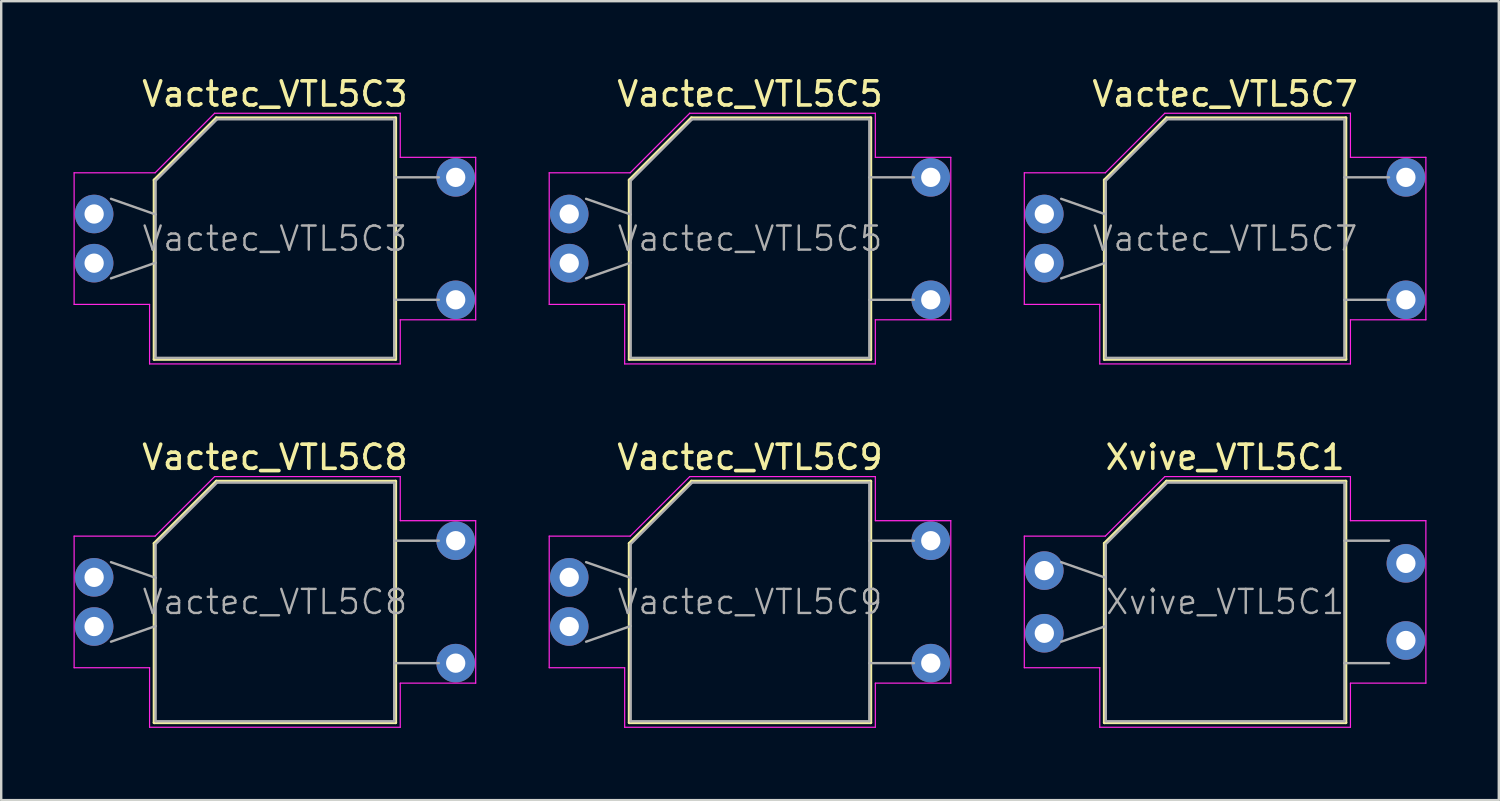
<source format=kicad_pcb>
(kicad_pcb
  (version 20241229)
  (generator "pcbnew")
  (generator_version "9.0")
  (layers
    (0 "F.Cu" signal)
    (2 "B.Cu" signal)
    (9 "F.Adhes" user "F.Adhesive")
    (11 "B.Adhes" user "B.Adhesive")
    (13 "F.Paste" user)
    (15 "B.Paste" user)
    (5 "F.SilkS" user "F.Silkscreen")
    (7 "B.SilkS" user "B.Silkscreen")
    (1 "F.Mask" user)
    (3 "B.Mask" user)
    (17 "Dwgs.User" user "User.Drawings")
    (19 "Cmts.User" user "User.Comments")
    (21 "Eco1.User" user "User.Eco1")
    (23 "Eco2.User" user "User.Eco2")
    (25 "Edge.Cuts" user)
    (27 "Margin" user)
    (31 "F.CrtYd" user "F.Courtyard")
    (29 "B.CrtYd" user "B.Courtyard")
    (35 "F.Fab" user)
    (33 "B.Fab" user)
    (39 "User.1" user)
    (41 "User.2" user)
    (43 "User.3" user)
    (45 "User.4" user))
  (footprint "Vactec_VTL5C7"
    (layer "F.Cu")
    (at 47.775 6.848)
    (property "Reference" "Vactec_VTL5C7" (at 0 -6 0) (layer "F.SilkS") (effects (font (size 1 1) (thickness 0.15))))
    (attr through_hole)
    (fp_line (start -5.01 -2.43) (end -5.01 5.01) (stroke (width 0.12) (type solid)) (layer "F.SilkS"))
    (fp_line (start -5.01 5.01) (end 5.01 5.01) (stroke (width 0.12) (type solid)) (layer "F.SilkS"))
    (fp_line (start -2.43 -5.01) (end -5.01 -2.43) (stroke (width 0.12) (type solid)) (layer "F.SilkS"))
    (fp_line (start 5.01 -5.01) (end -2.43 -5.01) (stroke (width 0.12) (type solid)) (layer "F.SilkS"))
    (fp_line (start 5.01 5.01) (end 5.01 -5.01) (stroke (width 0.12) (type solid)) (layer "F.SilkS"))
    (fp_line (start -8.33 2.73) (end -8.33 -2.73) (stroke (width 0.05) (type solid)) (layer "F.CrtYd"))
    (fp_line (start -5.2 2.73) (end -8.33 2.73) (stroke (width 0.05) (type solid)) (layer "F.CrtYd"))
    (fp_line (start -5.2 5.2) (end -5.2 2.73) (stroke (width 0.05) (type solid)) (layer "F.CrtYd"))
    (fp_line (start -4.97 -2.73) (end -8.33 -2.73) (stroke (width 0.05) (type solid)) (layer "F.CrtYd"))
    (fp_line (start -4.97 -2.73) (end -2.5 -5.2) (stroke (width 0.05) (type solid)) (layer "F.CrtYd"))
    (fp_line (start -2.5 -5.2) (end 5.2 -5.2) (stroke (width 0.05) (type solid)) (layer "F.CrtYd"))
    (fp_line (start 5.2 -5.2) (end 5.2 -3.37) (stroke (width 0.05) (type solid)) (layer "F.CrtYd"))
    (fp_line (start 5.2 3.37) (end 5.2 5.2) (stroke (width 0.05) (type solid)) (layer "F.CrtYd"))
    (fp_line (start 5.2 5.2) (end -5.2 5.2) (stroke (width 0.05) (type solid)) (layer "F.CrtYd"))
    (fp_line (start 8.33 -3.37) (end 5.2 -3.37) (stroke (width 0.05) (type solid)) (layer "F.CrtYd"))
    (fp_line (start 8.33 3.37) (end 5.2 3.37) (stroke (width 0.05) (type solid)) (layer "F.CrtYd"))
    (fp_line (start 8.33 3.37) (end 8.33 -3.37) (stroke (width 0.05) (type solid)) (layer "F.CrtYd"))
    (fp_line (start -6.8 -1.65) (end -4.95 -1) (stroke (width 0.1) (type solid)) (layer "F.Fab"))
    (fp_line (start -6.8 1.65) (end -4.95 1) (stroke (width 0.1) (type solid)) (layer "F.Fab"))
    (fp_line (start -4.95 4.95) (end -4.95 -2.4) (stroke (width 0.1) (type solid)) (layer "F.Fab"))
    (fp_line (start -2.4 -4.95) (end -4.95 -2.4) (stroke (width 0.1) (type solid)) (layer "F.Fab"))
    (fp_line (start -2.4 -4.95) (end 4.95 -4.95) (stroke (width 0.1) (type solid)) (layer "F.Fab"))
    (fp_line (start 4.95 -4.95) (end 4.95 4.95) (stroke (width 0.1) (type solid)) (layer "F.Fab"))
    (fp_line (start 4.95 4.95) (end -4.95 4.95) (stroke (width 0.1) (type solid)) (layer "F.Fab"))
    (fp_line (start 6.8 -2.54) (end 4.95 -2.54) (stroke (width 0.1) (type solid)) (layer "F.Fab"))
    (fp_line (start 6.8 2.54) (end 4.95 2.54) (stroke (width 0.1) (type solid)) (layer "F.Fab"))
    (fp_text user "${REFERENCE}" (at 0 0 0) (layer "F.Fab") (effects (font (size 1 1) (thickness 0.1))))
    (pad "1" thru_hole circle (at -7.5 -1.02) (size 1.6 1.6) (drill 0.8) (layers "*.Cu" "*.Mask"))
    (pad "2" thru_hole circle (at -7.5 1.02) (size 1.6 1.6) (drill 0.8) (layers "*.Cu" "*.Mask"))
    (pad "3" thru_hole circle (at 7.5 -2.54) (size 1.6 1.6) (drill 0.8) (layers "*.Cu" "*.Mask"))
    (pad "4" thru_hole circle (at 7.5 2.54) (size 1.6 1.6) (drill 0.8) (layers "*.Cu" "*.Mask")))
  (footprint "Xvive_VTL5C1"
    (layer "F.Cu")
    (at 47.775 21.922)
    (property "Reference" "Xvive_VTL5C1" (at 0 -6 0) (layer "F.SilkS") (effects (font (size 1 1) (thickness 0.15))))
    (attr through_hole)
    (fp_line (start -5.01 -2.43) (end -5.01 5.01) (stroke (width 0.12) (type solid)) (layer "F.SilkS"))
    (fp_line (start -5.01 5.01) (end 5.01 5.01) (stroke (width 0.12) (type solid)) (layer "F.SilkS"))
    (fp_line (start -2.43 -5.01) (end -5.01 -2.43) (stroke (width 0.12) (type solid)) (layer "F.SilkS"))
    (fp_line (start 5.01 -5.01) (end -2.43 -5.01) (stroke (width 0.12) (type solid)) (layer "F.SilkS"))
    (fp_line (start 5.01 5.01) (end 5.01 -5.01) (stroke (width 0.12) (type solid)) (layer "F.SilkS"))
    (fp_line (start -8.33 2.73) (end -8.33 -2.73) (stroke (width 0.05) (type solid)) (layer "F.CrtYd"))
    (fp_line (start -5.2 2.73) (end -8.33 2.73) (stroke (width 0.05) (type solid)) (layer "F.CrtYd"))
    (fp_line (start -5.2 5.2) (end -5.2 2.73) (stroke (width 0.05) (type solid)) (layer "F.CrtYd"))
    (fp_line (start -4.97 -2.73) (end -8.33 -2.73) (stroke (width 0.05) (type solid)) (layer "F.CrtYd"))
    (fp_line (start -4.97 -2.73) (end -2.5 -5.2) (stroke (width 0.05) (type solid)) (layer "F.CrtYd"))
    (fp_line (start -2.5 -5.2) (end 5.2 -5.2) (stroke (width 0.05) (type solid)) (layer "F.CrtYd"))
    (fp_line (start 5.2 -5.2) (end 5.2 -3.37) (stroke (width 0.05) (type solid)) (layer "F.CrtYd"))
    (fp_line (start 5.2 3.37) (end 5.2 5.2) (stroke (width 0.05) (type solid)) (layer "F.CrtYd"))
    (fp_line (start 5.2 5.2) (end -5.2 5.2) (stroke (width 0.05) (type solid)) (layer "F.CrtYd"))
    (fp_line (start 8.33 -3.37) (end 5.2 -3.37) (stroke (width 0.05) (type solid)) (layer "F.CrtYd"))
    (fp_line (start 8.33 3.37) (end 5.2 3.37) (stroke (width 0.05) (type solid)) (layer "F.CrtYd"))
    (fp_line (start 8.33 3.37) (end 8.33 -3.37) (stroke (width 0.05) (type solid)) (layer "F.CrtYd"))
    (fp_line (start -6.8 -1.65) (end -4.95 -1) (stroke (width 0.1) (type solid)) (layer "F.Fab"))
    (fp_line (start -6.8 1.65) (end -4.95 1) (stroke (width 0.1) (type solid)) (layer "F.Fab"))
    (fp_line (start -4.95 4.95) (end -4.95 -2.4) (stroke (width 0.1) (type solid)) (layer "F.Fab"))
    (fp_line (start -2.4 -4.95) (end -4.95 -2.4) (stroke (width 0.1) (type solid)) (layer "F.Fab"))
    (fp_line (start -2.4 -4.95) (end 4.95 -4.95) (stroke (width 0.1) (type solid)) (layer "F.Fab"))
    (fp_line (start 4.95 -4.95) (end 4.95 4.95) (stroke (width 0.1) (type solid)) (layer "F.Fab"))
    (fp_line (start 4.95 4.95) (end -4.95 4.95) (stroke (width 0.1) (type solid)) (layer "F.Fab"))
    (fp_line (start 6.8 -2.54) (end 4.95 -2.54) (stroke (width 0.1) (type solid)) (layer "F.Fab"))
    (fp_line (start 6.8 2.54) (end 4.95 2.54) (stroke (width 0.1) (type solid)) (layer "F.Fab"))
    (fp_text user "${REFERENCE}" (at 0 0 0) (layer "F.Fab") (effects (font (size 1 1) (thickness 0.1))))
    (pad "1" thru_hole circle (at -7.5 -1.3) (size 1.6 1.6) (drill 0.8) (layers "*.Cu" "*.Mask"))
    (pad "2" thru_hole circle (at -7.5 1.3) (size 1.6 1.6) (drill 0.8) (layers "*.Cu" "*.Mask"))
    (pad "3" thru_hole circle (at 7.5 -1.6) (size 1.6 1.6) (drill 0.8) (layers "*.Cu" "*.Mask"))
    (pad "4" thru_hole circle (at 7.5 1.6) (size 1.6 1.6) (drill 0.8) (layers "*.Cu" "*.Mask")))
  (footprint "Vactec_VTL5C8"
    (layer "F.Cu")
    (at 8.355 21.922)
    (property "Reference" "Vactec_VTL5C8" (at 0 -6 0) (layer "F.SilkS") (effects (font (size 1 1) (thickness 0.15))))
    (attr through_hole)
    (fp_line (start -5.01 -2.43) (end -5.01 5.01) (stroke (width 0.12) (type solid)) (layer "F.SilkS"))
    (fp_line (start -5.01 5.01) (end 5.01 5.01) (stroke (width 0.12) (type solid)) (layer "F.SilkS"))
    (fp_line (start -2.43 -5.01) (end -5.01 -2.43) (stroke (width 0.12) (type solid)) (layer "F.SilkS"))
    (fp_line (start 5.01 -5.01) (end -2.43 -5.01) (stroke (width 0.12) (type solid)) (layer "F.SilkS"))
    (fp_line (start 5.01 5.01) (end 5.01 -5.01) (stroke (width 0.12) (type solid)) (layer "F.SilkS"))
    (fp_line (start -8.33 2.73) (end -8.33 -2.73) (stroke (width 0.05) (type solid)) (layer "F.CrtYd"))
    (fp_line (start -5.2 2.73) (end -8.33 2.73) (stroke (width 0.05) (type solid)) (layer "F.CrtYd"))
    (fp_line (start -5.2 5.2) (end -5.2 2.73) (stroke (width 0.05) (type solid)) (layer "F.CrtYd"))
    (fp_line (start -4.97 -2.73) (end -8.33 -2.73) (stroke (width 0.05) (type solid)) (layer "F.CrtYd"))
    (fp_line (start -4.97 -2.73) (end -2.5 -5.2) (stroke (width 0.05) (type solid)) (layer "F.CrtYd"))
    (fp_line (start -2.5 -5.2) (end 5.2 -5.2) (stroke (width 0.05) (type solid)) (layer "F.CrtYd"))
    (fp_line (start 5.2 -5.2) (end 5.2 -3.37) (stroke (width 0.05) (type solid)) (layer "F.CrtYd"))
    (fp_line (start 5.2 3.37) (end 5.2 5.2) (stroke (width 0.05) (type solid)) (layer "F.CrtYd"))
    (fp_line (start 5.2 5.2) (end -5.2 5.2) (stroke (width 0.05) (type solid)) (layer "F.CrtYd"))
    (fp_line (start 8.33 -3.37) (end 5.2 -3.37) (stroke (width 0.05) (type solid)) (layer "F.CrtYd"))
    (fp_line (start 8.33 3.37) (end 5.2 3.37) (stroke (width 0.05) (type solid)) (layer "F.CrtYd"))
    (fp_line (start 8.33 3.37) (end 8.33 -3.37) (stroke (width 0.05) (type solid)) (layer "F.CrtYd"))
    (fp_line (start -6.8 -1.65) (end -4.95 -1) (stroke (width 0.1) (type solid)) (layer "F.Fab"))
    (fp_line (start -6.8 1.65) (end -4.95 1) (stroke (width 0.1) (type solid)) (layer "F.Fab"))
    (fp_line (start -4.95 4.95) (end -4.95 -2.4) (stroke (width 0.1) (type solid)) (layer "F.Fab"))
    (fp_line (start -2.4 -4.95) (end -4.95 -2.4) (stroke (width 0.1) (type solid)) (layer "F.Fab"))
    (fp_line (start -2.4 -4.95) (end 4.95 -4.95) (stroke (width 0.1) (type solid)) (layer "F.Fab"))
    (fp_line (start 4.95 -4.95) (end 4.95 4.95) (stroke (width 0.1) (type solid)) (layer "F.Fab"))
    (fp_line (start 4.95 4.95) (end -4.95 4.95) (stroke (width 0.1) (type solid)) (layer "F.Fab"))
    (fp_line (start 6.8 -2.54) (end 4.95 -2.54) (stroke (width 0.1) (type solid)) (layer "F.Fab"))
    (fp_line (start 6.8 2.54) (end 4.95 2.54) (stroke (width 0.1) (type solid)) (layer "F.Fab"))
    (fp_text user "${REFERENCE}" (at 0 0 0) (layer "F.Fab") (effects (font (size 1 1) (thickness 0.1))))
    (pad "1" thru_hole circle (at -7.5 -1.02) (size 1.6 1.6) (drill 0.8) (layers "*.Cu" "*.Mask"))
    (pad "2" thru_hole circle (at -7.5 1.02) (size 1.6 1.6) (drill 0.8) (layers "*.Cu" "*.Mask"))
    (pad "3" thru_hole circle (at 7.5 -2.54) (size 1.6 1.6) (drill 0.8) (layers "*.Cu" "*.Mask"))
    (pad "4" thru_hole circle (at 7.5 2.54) (size 1.6 1.6) (drill 0.8) (layers "*.Cu" "*.Mask")))
  (footprint "Vactec_VTL5C3"
    (layer "F.Cu")
    (at 8.355 6.848)
    (property "Reference" "Vactec_VTL5C3" (at 0 -6 0) (layer "F.SilkS") (effects (font (size 1 1) (thickness 0.15))))
    (attr through_hole)
    (fp_line (start -5.01 -2.43) (end -5.01 5.01) (stroke (width 0.12) (type solid)) (layer "F.SilkS"))
    (fp_line (start -5.01 5.01) (end 5.01 5.01) (stroke (width 0.12) (type solid)) (layer "F.SilkS"))
    (fp_line (start -2.43 -5.01) (end -5.01 -2.43) (stroke (width 0.12) (type solid)) (layer "F.SilkS"))
    (fp_line (start 5.01 -5.01) (end -2.43 -5.01) (stroke (width 0.12) (type solid)) (layer "F.SilkS"))
    (fp_line (start 5.01 5.01) (end 5.01 -5.01) (stroke (width 0.12) (type solid)) (layer "F.SilkS"))
    (fp_line (start -8.33 2.73) (end -8.33 -2.73) (stroke (width 0.05) (type solid)) (layer "F.CrtYd"))
    (fp_line (start -5.2 2.73) (end -8.33 2.73) (stroke (width 0.05) (type solid)) (layer "F.CrtYd"))
    (fp_line (start -5.2 5.2) (end -5.2 2.73) (stroke (width 0.05) (type solid)) (layer "F.CrtYd"))
    (fp_line (start -4.97 -2.73) (end -8.33 -2.73) (stroke (width 0.05) (type solid)) (layer "F.CrtYd"))
    (fp_line (start -4.97 -2.73) (end -2.5 -5.2) (stroke (width 0.05) (type solid)) (layer "F.CrtYd"))
    (fp_line (start -2.5 -5.2) (end 5.2 -5.2) (stroke (width 0.05) (type solid)) (layer "F.CrtYd"))
    (fp_line (start 5.2 -5.2) (end 5.2 -3.37) (stroke (width 0.05) (type solid)) (layer "F.CrtYd"))
    (fp_line (start 5.2 3.37) (end 5.2 5.2) (stroke (width 0.05) (type solid)) (layer "F.CrtYd"))
    (fp_line (start 5.2 5.2) (end -5.2 5.2) (stroke (width 0.05) (type solid)) (layer "F.CrtYd"))
    (fp_line (start 8.33 -3.37) (end 5.2 -3.37) (stroke (width 0.05) (type solid)) (layer "F.CrtYd"))
    (fp_line (start 8.33 3.37) (end 5.2 3.37) (stroke (width 0.05) (type solid)) (layer "F.CrtYd"))
    (fp_line (start 8.33 3.37) (end 8.33 -3.37) (stroke (width 0.05) (type solid)) (layer "F.CrtYd"))
    (fp_line (start -6.8 -1.65) (end -4.95 -1) (stroke (width 0.1) (type solid)) (layer "F.Fab"))
    (fp_line (start -6.8 1.65) (end -4.95 1) (stroke (width 0.1) (type solid)) (layer "F.Fab"))
    (fp_line (start -4.95 4.95) (end -4.95 -2.4) (stroke (width 0.1) (type solid)) (layer "F.Fab"))
    (fp_line (start -2.4 -4.95) (end -4.95 -2.4) (stroke (width 0.1) (type solid)) (layer "F.Fab"))
    (fp_line (start -2.4 -4.95) (end 4.95 -4.95) (stroke (width 0.1) (type solid)) (layer "F.Fab"))
    (fp_line (start 4.95 -4.95) (end 4.95 4.95) (stroke (width 0.1) (type solid)) (layer "F.Fab"))
    (fp_line (start 4.95 4.95) (end -4.95 4.95) (stroke (width 0.1) (type solid)) (layer "F.Fab"))
    (fp_line (start 6.8 -2.54) (end 4.95 -2.54) (stroke (width 0.1) (type solid)) (layer "F.Fab"))
    (fp_line (start 6.8 2.54) (end 4.95 2.54) (stroke (width 0.1) (type solid)) (layer "F.Fab"))
    (fp_text user "${REFERENCE}" (at 0 0 0) (layer "F.Fab") (effects (font (size 1 1) (thickness 0.1))))
    (pad "1" thru_hole circle (at -7.5 -1.02) (size 1.6 1.6) (drill 0.8) (layers "*.Cu" "*.Mask"))
    (pad "2" thru_hole circle (at -7.5 1.02) (size 1.6 1.6) (drill 0.8) (layers "*.Cu" "*.Mask"))
    (pad "3" thru_hole circle (at 7.5 -2.54) (size 1.6 1.6) (drill 0.8) (layers "*.Cu" "*.Mask"))
    (pad "4" thru_hole circle (at 7.5 2.54) (size 1.6 1.6) (drill 0.8) (layers "*.Cu" "*.Mask")))
  (footprint "Vactec_VTL5C9"
    (layer "F.Cu")
    (at 28.065 21.922)
    (property "Reference" "Vactec_VTL5C9" (at 0 -6 0) (layer "F.SilkS") (effects (font (size 1 1) (thickness 0.15))))
    (attr through_hole)
    (fp_line (start -5.01 -2.43) (end -5.01 5.01) (stroke (width 0.12) (type solid)) (layer "F.SilkS"))
    (fp_line (start -5.01 5.01) (end 5.01 5.01) (stroke (width 0.12) (type solid)) (layer "F.SilkS"))
    (fp_line (start -2.43 -5.01) (end -5.01 -2.43) (stroke (width 0.12) (type solid)) (layer "F.SilkS"))
    (fp_line (start 5.01 -5.01) (end -2.43 -5.01) (stroke (width 0.12) (type solid)) (layer "F.SilkS"))
    (fp_line (start 5.01 5.01) (end 5.01 -5.01) (stroke (width 0.12) (type solid)) (layer "F.SilkS"))
    (fp_line (start -8.33 2.73) (end -8.33 -2.73) (stroke (width 0.05) (type solid)) (layer "F.CrtYd"))
    (fp_line (start -5.2 2.73) (end -8.33 2.73) (stroke (width 0.05) (type solid)) (layer "F.CrtYd"))
    (fp_line (start -5.2 5.2) (end -5.2 2.73) (stroke (width 0.05) (type solid)) (layer "F.CrtYd"))
    (fp_line (start -4.97 -2.73) (end -8.33 -2.73) (stroke (width 0.05) (type solid)) (layer "F.CrtYd"))
    (fp_line (start -4.97 -2.73) (end -2.5 -5.2) (stroke (width 0.05) (type solid)) (layer "F.CrtYd"))
    (fp_line (start -2.5 -5.2) (end 5.2 -5.2) (stroke (width 0.05) (type solid)) (layer "F.CrtYd"))
    (fp_line (start 5.2 -5.2) (end 5.2 -3.37) (stroke (width 0.05) (type solid)) (layer "F.CrtYd"))
    (fp_line (start 5.2 3.37) (end 5.2 5.2) (stroke (width 0.05) (type solid)) (layer "F.CrtYd"))
    (fp_line (start 5.2 5.2) (end -5.2 5.2) (stroke (width 0.05) (type solid)) (layer "F.CrtYd"))
    (fp_line (start 8.33 -3.37) (end 5.2 -3.37) (stroke (width 0.05) (type solid)) (layer "F.CrtYd"))
    (fp_line (start 8.33 3.37) (end 5.2 3.37) (stroke (width 0.05) (type solid)) (layer "F.CrtYd"))
    (fp_line (start 8.33 3.37) (end 8.33 -3.37) (stroke (width 0.05) (type solid)) (layer "F.CrtYd"))
    (fp_line (start -6.8 -1.65) (end -4.95 -1) (stroke (width 0.1) (type solid)) (layer "F.Fab"))
    (fp_line (start -6.8 1.65) (end -4.95 1) (stroke (width 0.1) (type solid)) (layer "F.Fab"))
    (fp_line (start -4.95 4.95) (end -4.95 -2.4) (stroke (width 0.1) (type solid)) (layer "F.Fab"))
    (fp_line (start -2.4 -4.95) (end -4.95 -2.4) (stroke (width 0.1) (type solid)) (layer "F.Fab"))
    (fp_line (start -2.4 -4.95) (end 4.95 -4.95) (stroke (width 0.1) (type solid)) (layer "F.Fab"))
    (fp_line (start 4.95 -4.95) (end 4.95 4.95) (stroke (width 0.1) (type solid)) (layer "F.Fab"))
    (fp_line (start 4.95 4.95) (end -4.95 4.95) (stroke (width 0.1) (type solid)) (layer "F.Fab"))
    (fp_line (start 6.8 -2.54) (end 4.95 -2.54) (stroke (width 0.1) (type solid)) (layer "F.Fab"))
    (fp_line (start 6.8 2.54) (end 4.95 2.54) (stroke (width 0.1) (type solid)) (layer "F.Fab"))
    (fp_text user "${REFERENCE}" (at 0 0 0) (layer "F.Fab") (effects (font (size 1 1) (thickness 0.1))))
    (pad "1" thru_hole circle (at -7.5 -1.02) (size 1.6 1.6) (drill 0.8) (layers "*.Cu" "*.Mask"))
    (pad "2" thru_hole circle (at -7.5 1.02) (size 1.6 1.6) (drill 0.8) (layers "*.Cu" "*.Mask"))
    (pad "3" thru_hole circle (at 7.5 -2.54) (size 1.6 1.6) (drill 0.8) (layers "*.Cu" "*.Mask"))
    (pad "4" thru_hole circle (at 7.5 2.54) (size 1.6 1.6) (drill 0.8) (layers "*.Cu" "*.Mask")))
  (footprint "Vactec_VTL5C5"
    (layer "F.Cu")
    (at 28.065 6.848)
    (property "Reference" "Vactec_VTL5C5" (at 0 -6 0) (layer "F.SilkS") (effects (font (size 1 1) (thickness 0.15))))
    (attr through_hole)
    (fp_line (start -5.01 -2.43) (end -5.01 5.01) (stroke (width 0.12) (type solid)) (layer "F.SilkS"))
    (fp_line (start -5.01 5.01) (end 5.01 5.01) (stroke (width 0.12) (type solid)) (layer "F.SilkS"))
    (fp_line (start -2.43 -5.01) (end -5.01 -2.43) (stroke (width 0.12) (type solid)) (layer "F.SilkS"))
    (fp_line (start 5.01 -5.01) (end -2.43 -5.01) (stroke (width 0.12) (type solid)) (layer "F.SilkS"))
    (fp_line (start 5.01 5.01) (end 5.01 -5.01) (stroke (width 0.12) (type solid)) (layer "F.SilkS"))
    (fp_line (start -8.33 2.73) (end -8.33 -2.73) (stroke (width 0.05) (type solid)) (layer "F.CrtYd"))
    (fp_line (start -5.2 2.73) (end -8.33 2.73) (stroke (width 0.05) (type solid)) (layer "F.CrtYd"))
    (fp_line (start -5.2 5.2) (end -5.2 2.73) (stroke (width 0.05) (type solid)) (layer "F.CrtYd"))
    (fp_line (start -4.97 -2.73) (end -8.33 -2.73) (stroke (width 0.05) (type solid)) (layer "F.CrtYd"))
    (fp_line (start -4.97 -2.73) (end -2.5 -5.2) (stroke (width 0.05) (type solid)) (layer "F.CrtYd"))
    (fp_line (start -2.5 -5.2) (end 5.2 -5.2) (stroke (width 0.05) (type solid)) (layer "F.CrtYd"))
    (fp_line (start 5.2 -5.2) (end 5.2 -3.37) (stroke (width 0.05) (type solid)) (layer "F.CrtYd"))
    (fp_line (start 5.2 3.37) (end 5.2 5.2) (stroke (width 0.05) (type solid)) (layer "F.CrtYd"))
    (fp_line (start 5.2 5.2) (end -5.2 5.2) (stroke (width 0.05) (type solid)) (layer "F.CrtYd"))
    (fp_line (start 8.33 -3.37) (end 5.2 -3.37) (stroke (width 0.05) (type solid)) (layer "F.CrtYd"))
    (fp_line (start 8.33 3.37) (end 5.2 3.37) (stroke (width 0.05) (type solid)) (layer "F.CrtYd"))
    (fp_line (start 8.33 3.37) (end 8.33 -3.37) (stroke (width 0.05) (type solid)) (layer "F.CrtYd"))
    (fp_line (start -6.8 -1.65) (end -4.95 -1) (stroke (width 0.1) (type solid)) (layer "F.Fab"))
    (fp_line (start -6.8 1.65) (end -4.95 1) (stroke (width 0.1) (type solid)) (layer "F.Fab"))
    (fp_line (start -4.95 4.95) (end -4.95 -2.4) (stroke (width 0.1) (type solid)) (layer "F.Fab"))
    (fp_line (start -2.4 -4.95) (end -4.95 -2.4) (stroke (width 0.1) (type solid)) (layer "F.Fab"))
    (fp_line (start -2.4 -4.95) (end 4.95 -4.95) (stroke (width 0.1) (type solid)) (layer "F.Fab"))
    (fp_line (start 4.95 -4.95) (end 4.95 4.95) (stroke (width 0.1) (type solid)) (layer "F.Fab"))
    (fp_line (start 4.95 4.95) (end -4.95 4.95) (stroke (width 0.1) (type solid)) (layer "F.Fab"))
    (fp_line (start 6.8 -2.54) (end 4.95 -2.54) (stroke (width 0.1) (type solid)) (layer "F.Fab"))
    (fp_line (start 6.8 2.54) (end 4.95 2.54) (stroke (width 0.1) (type solid)) (layer "F.Fab"))
    (fp_text user "${REFERENCE}" (at 0 0 0) (layer "F.Fab") (effects (font (size 1 1) (thickness 0.1))))
    (pad "1" thru_hole circle (at -7.5 -1.02) (size 1.6 1.6) (drill 0.8) (layers "*.Cu" "*.Mask"))
    (pad "2" thru_hole circle (at -7.5 1.02) (size 1.6 1.6) (drill 0.8) (layers "*.Cu" "*.Mask"))
    (pad "3" thru_hole circle (at 7.5 -2.54) (size 1.6 1.6) (drill 0.8) (layers "*.Cu" "*.Mask"))
    (pad "4" thru_hole circle (at 7.5 2.54) (size 1.6 1.6) (drill 0.8) (layers "*.Cu" "*.Mask")))
  (gr_rect
    (start -3 -3)
    (end 59.13 30.146)
    (stroke (width 0.1) (type default))
    (fill no)
    (layer "Edge.Cuts")))
</source>
